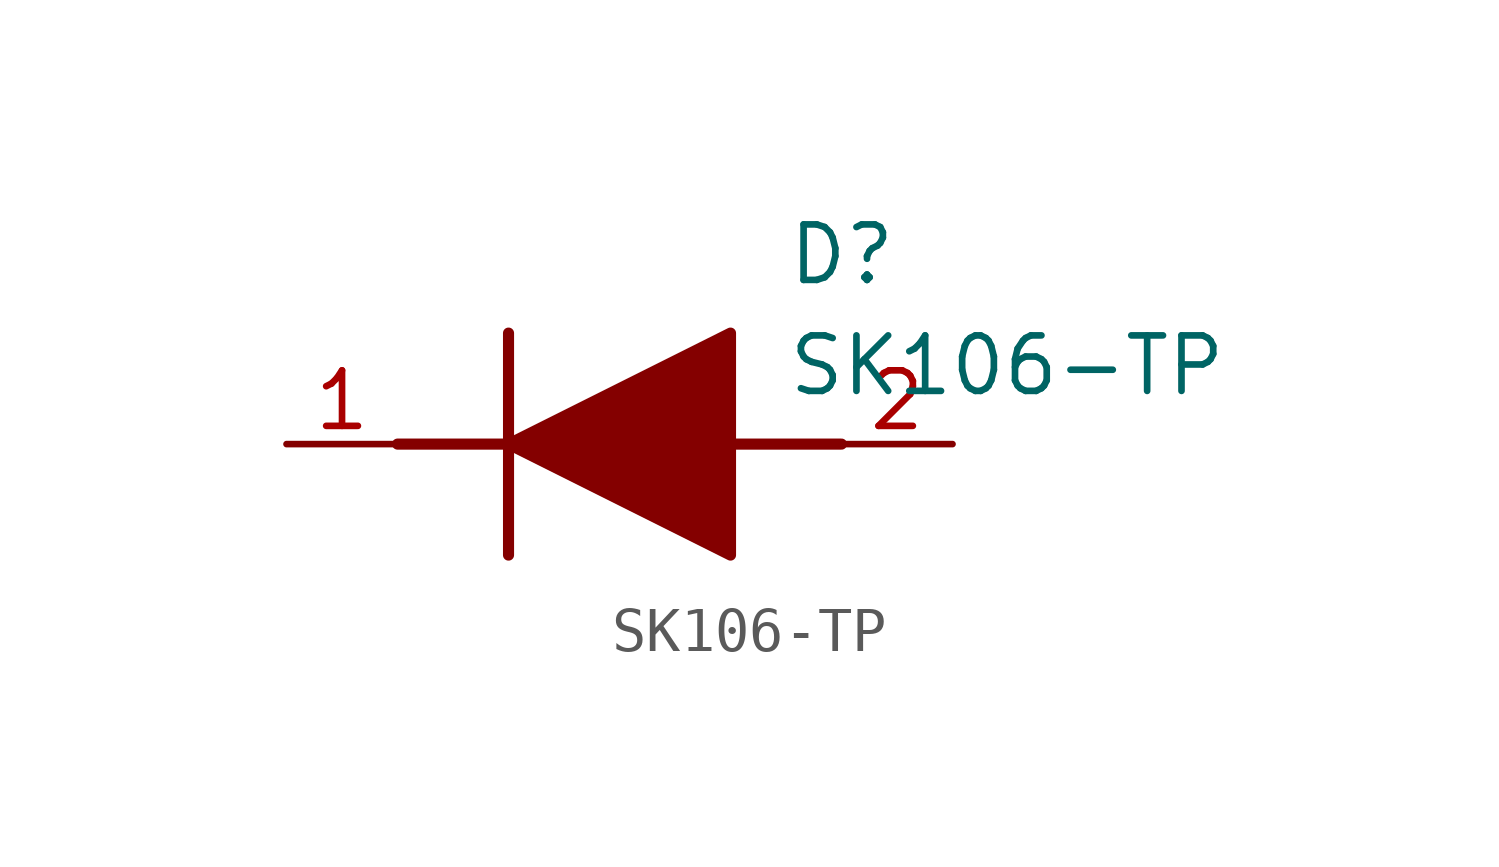
<source format=kicad_sym>
(kicad_symbol_lib
  (version 20211014)
  (generator SamacSys_ECAD_Model)
  (symbol "SK106-TP"
    (pin_names hide)
    (property "Reference" "D"
      (at 11.43 5.08 0)
      (effects (font (size 1.27 1.27)) (justify left top)))
    (property "Value" "SK106-TP"
      (at 11.43 2.54 0)
      (effects (font (size 1.27 1.27)) (justify left top)))
    (polyline
      (pts (xy 5.08 2.54) (xy 5.08 -2.54))
      (stroke (width 0.254) (type default))
      (fill (type none)))
    (polyline
      (pts (xy 2.54 0) (xy 5.08 0))
      (stroke (width 0.254) (type default))
      (fill (type none)))
    (polyline
      (pts (xy 10.16 0) (xy 12.7 0))
      (stroke (width 0.254) (type default))
      (fill (type none)))
    (polyline
      (pts (xy 5.08 0) (xy 10.16 2.54) (xy 10.16 -2.54) (xy 5.08 0))
      (stroke (width 0.254) (type default))
      (fill (type outline)))
    (pin passive line
      (at 0 0 0)
      (length 2.54)
      (name "K" (effects (font (size 1.27 1.27))))
      (number "1" (effects (font (size 1.27 1.27)))))
    (pin passive line
      (at 15.24 0 180)
      (length 2.54)
      (name "A" (effects (font (size 1.27 1.27))))
      (number "2" (effects (font (size 1.27 1.27)))))))
</source>
